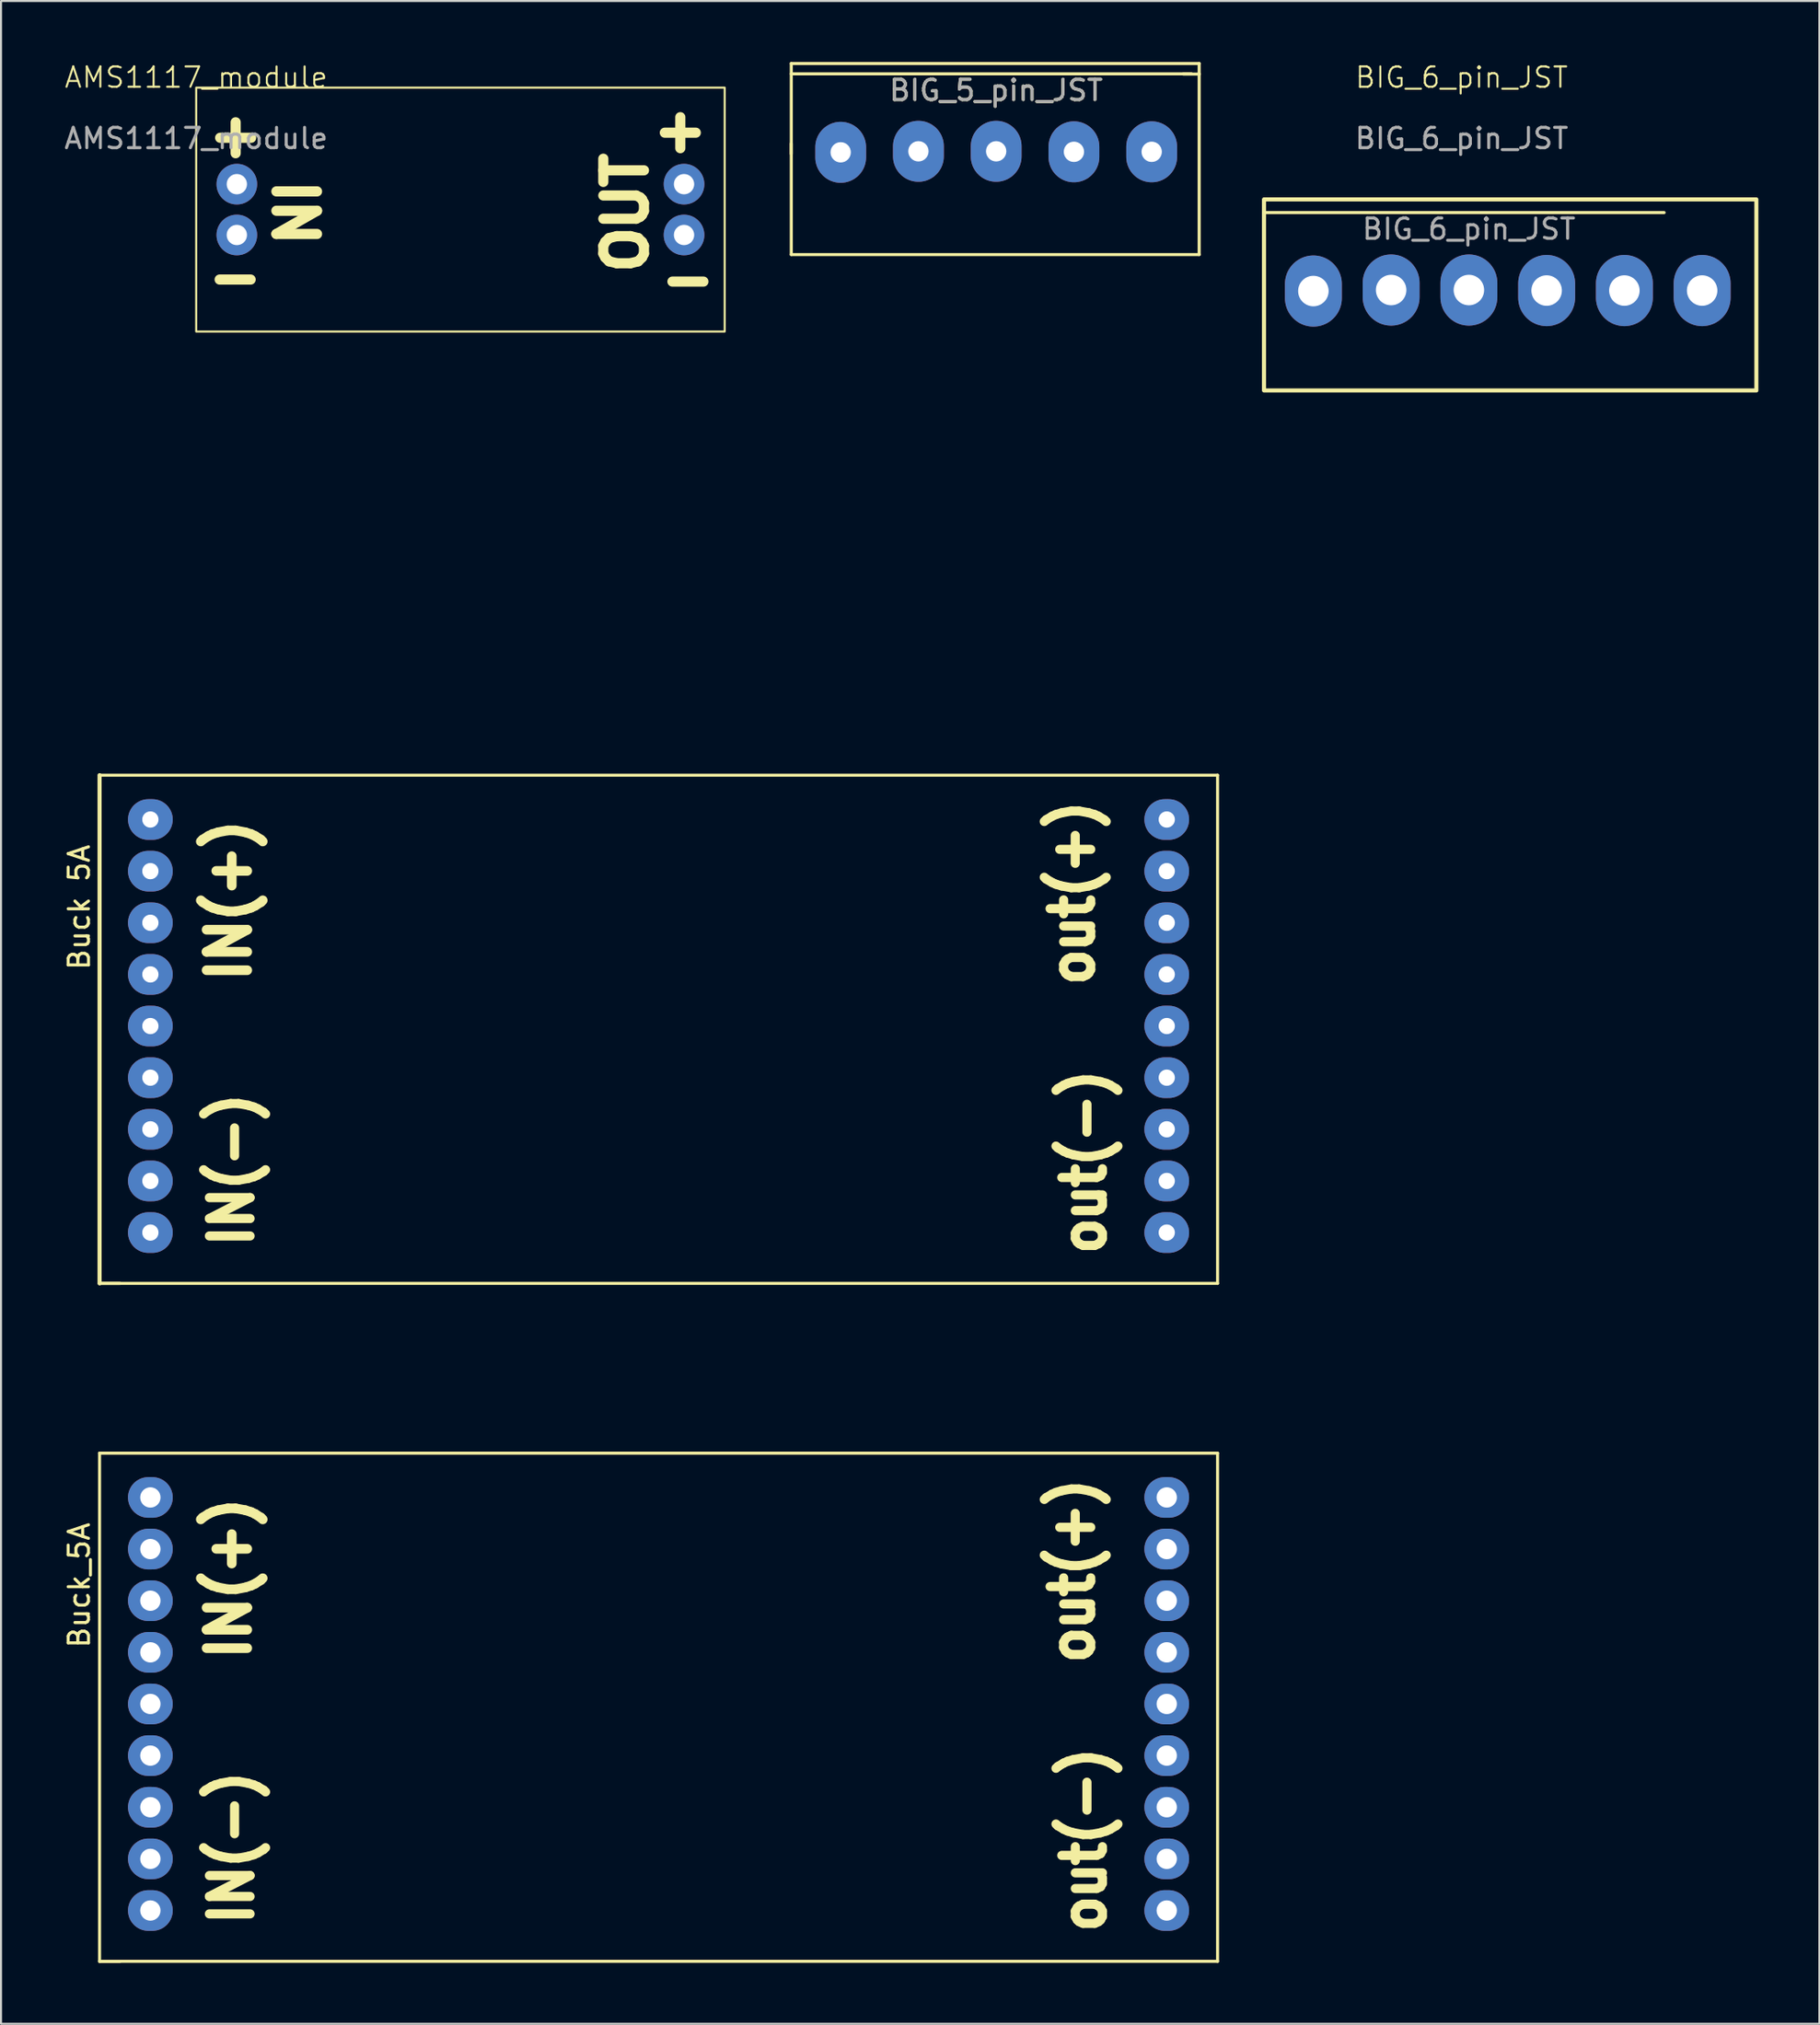
<source format=kicad_pcb>
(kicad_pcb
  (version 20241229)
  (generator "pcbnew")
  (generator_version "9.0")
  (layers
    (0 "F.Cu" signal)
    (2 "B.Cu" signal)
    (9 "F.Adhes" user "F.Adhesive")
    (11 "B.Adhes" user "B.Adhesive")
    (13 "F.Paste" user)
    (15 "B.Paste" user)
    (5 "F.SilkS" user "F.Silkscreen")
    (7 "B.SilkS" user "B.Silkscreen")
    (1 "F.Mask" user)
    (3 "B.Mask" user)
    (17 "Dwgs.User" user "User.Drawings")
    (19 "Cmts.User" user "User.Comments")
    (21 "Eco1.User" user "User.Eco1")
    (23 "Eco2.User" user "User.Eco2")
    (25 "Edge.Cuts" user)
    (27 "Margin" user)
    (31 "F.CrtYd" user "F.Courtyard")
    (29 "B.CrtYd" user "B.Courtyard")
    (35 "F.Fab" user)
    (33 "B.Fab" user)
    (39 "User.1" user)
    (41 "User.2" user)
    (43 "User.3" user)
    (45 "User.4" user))
  (footprint "Buck 5A"
    (layer "F.Cu")
    (at 29.848 19.585)
    (property "Reference" "Buck 5A" (at -29 22 90) (layer "F.SilkS") (effects (font (size 1 1) (thickness 0.15))))
    (attr through_hole)
    (fp_line (start -28 15.5) (end -28 40.5) (stroke (width 0.2) (type default)) (layer "F.SilkS"))
    (fp_line (start -28 15.5) (end 27 15.5) (stroke (width 0.15) (type solid)) (layer "F.SilkS"))
    (fp_line (start -28 40.5) (end -27 40.5) (stroke (width 0.15) (type solid)) (layer "F.SilkS"))
    (fp_line (start 27 15.5) (end 27 40.5) (stroke (width 0.15) (type solid)) (layer "F.SilkS"))
    (fp_line (start 27 40.5) (end -28 40.5) (stroke (width 0.15) (type solid)) (layer "F.SilkS"))
    (fp_text user "out(-)" (at 20.435 34.518 270) (layer "F.SilkS") (effects (font (size 2 1.8) (thickness 0.45))))
    (fp_text user "out(+)" (at 19.859 21.292 90) (layer "F.SilkS") (effects (font (size 2 1.8) (thickness 0.45))))
    (fp_text user "IN(-)" (at -21.498 34.909 90) (layer "F.SilkS") (effects (font (size 2 1.8) (thickness 0.45))))
    (fp_text user "IN(+)" (at -21.635 21.655 90) (layer "F.SilkS") (effects (font (size 2 1.9) (thickness 0.475))))
    (pad "0" thru_hole oval (at -25.5 27.84 90) (size 2 2.2) (drill 0.8) (layers "*.Cu" "*.Mask"))
    (pad "0" thru_hole oval (at 24.5 27.84 90) (size 2 2.2) (drill 0.8) (layers "*.Cu" "*.Mask"))
    (pad "1" thru_hole oval (at -25.5 17.68 90) (size 2 2.2) (drill 0.8) (layers "*.Cu" "*.Mask"))
    (pad "1" thru_hole oval (at -25.5 20.22 90) (size 2 2.2) (drill 0.8) (layers "*.Cu" "*.Mask"))
    (pad "1" thru_hole oval (at -25.5 22.76 90) (size 2 2.2) (drill 0.8) (layers "*.Cu" "*.Mask"))
    (pad "1" thru_hole oval (at -25.5 25.3 90) (size 2 2.2) (drill 0.8) (layers "*.Cu" "*.Mask"))
    (pad "2" thru_hole oval (at -25.5 30.38 90) (size 2 2.2) (drill 0.8) (layers "*.Cu" "*.Mask"))
    (pad "2" thru_hole oval (at -25.5 32.92 90) (size 2 2.2) (drill 0.8) (layers "*.Cu" "*.Mask"))
    (pad "2" thru_hole oval (at -25.5 35.46 90) (size 2 2.2) (drill 0.8) (layers "*.Cu" "*.Mask"))
    (pad "2" thru_hole oval (at -25.5 38 90) (size 2 2.2) (drill 0.8) (layers "*.Cu" "*.Mask"))
    (pad "3" thru_hole oval (at 24.5 17.68 90) (size 2 2.2) (drill 0.8) (layers "*.Cu" "*.Mask"))
    (pad "3" thru_hole oval (at 24.5 20.22 90) (size 2 2.2) (drill 0.8) (layers "*.Cu" "*.Mask"))
    (pad "3" thru_hole oval (at 24.5 22.76 90) (size 2 2.2) (drill 0.8) (layers "*.Cu" "*.Mask"))
    (pad "3" thru_hole oval (at 24.5 25.3 90) (size 2 2.2) (drill 0.8) (layers "*.Cu" "*.Mask"))
    (pad "4" thru_hole oval (at 24.5 30.38 90) (size 2 2.2) (drill 0.8) (layers "*.Cu" "*.Mask"))
    (pad "4" thru_hole oval (at 24.5 32.92 90) (size 2 2.2) (drill 0.8) (layers "*.Cu" "*.Mask"))
    (pad "4" thru_hole oval (at 24.5 35.46 90) (size 2 2.2) (drill 0.8) (layers "*.Cu" "*.Mask"))
    (pad "4" thru_hole oval (at 24.5 38 90) (size 2 2.2) (drill 0.8) (layers "*.Cu" "*.Mask")))
  (footprint "AMS1117_module"
    (layer "F.Cu")
    (at 6.601 1.26)
    (property "Reference" "AMS1117_module" (at 0 -0.5 0) (unlocked yes) (layer "F.SilkS") (effects (font (size 1 1) (thickness 0.1))))
    (attr through_hole)
    (fp_rect (start 0 0) (end 26 12) (stroke (width 0.1) (type default)) (fill no) (layer "F.SilkS"))
    (fp_text user "OUT" (at 22.3 9.35 90) (unlocked yes) (layer "F.SilkS") (effects (font (size 2 2) (thickness 0.5) (bold yes)) (justify left bottom)))
    (fp_text user "-" (at 0.35 10.475 0) (unlocked yes) (layer "F.SilkS") (effects (font (size 2 2) (thickness 0.5) (bold yes)) (justify left bottom)))
    (fp_text user "+" (at 22.25 3.25 0) (unlocked yes) (layer "F.SilkS") (effects (font (size 2 2) (thickness 0.5) (bold yes)) (justify left bottom)))
    (fp_text user "IN" (at 3.675 4.3 270) (unlocked yes) (layer "F.SilkS") (effects (font (size 2 2) (thickness 0.5) (bold yes)) (justify left bottom)))
    (fp_text user "+" (at 0.375 3.5 0) (unlocked yes) (layer "F.SilkS") (effects (font (size 2 2) (thickness 0.5) (bold yes)) (justify left bottom)))
    (fp_text user "-" (at 22.625 10.575 0) (unlocked yes) (layer "F.SilkS") (effects (font (size 2 2) (thickness 0.5) (bold yes)) (justify left bottom)))
    (fp_text user "${REFERENCE}" (at 0 2.5 0) (unlocked yes) (layer "F.Fab") (effects (font (size 1 1) (thickness 0.15))))
    (pad "1" thru_hole circle (at 2 4.75) (size 2 2) (drill 1) (layers "*.Cu" "*.Mask"))
    (pad "2" thru_hole circle (at 2 7.25) (size 2 2) (drill 1) (layers "*.Cu" "*.Mask"))
    (pad "3" thru_hole circle (at 24 4.75) (size 2 2) (drill 1) (layers "*.Cu" "*.Mask"))
    (pad "4" thru_hole circle (at 24 7.25) (size 2 2) (drill 1) (layers "*.Cu" "*.Mask")))
  (footprint "Buck_5A"
    (layer "F.Cu")
    (at 37.848 63.435)
    (property "Reference" "Buck_5A" (at -37 11.5 90) (layer "F.SilkS") (effects (font (size 1 1) (thickness 0.15))))
    (attr through_hole)
    (fp_line (start -36 5) (end 19 5) (stroke (width 0.15) (type solid)) (layer "F.SilkS"))
    (fp_line (start -36 30) (end -36 5) (stroke (width 0.15) (type solid)) (layer "F.SilkS"))
    (fp_line (start -36 30) (end -35 30) (stroke (width 0.15) (type solid)) (layer "F.SilkS"))
    (fp_line (start 19 5) (end 19 30) (stroke (width 0.15) (type solid)) (layer "F.SilkS"))
    (fp_line (start 19 30) (end -36 30) (stroke (width 0.15) (type solid)) (layer "F.SilkS"))
    (fp_text user "IN(+)" (at -29.635 11.155 90) (layer "F.SilkS") (effects (font (size 2 1.9) (thickness 0.475))))
    (fp_text user "IN(-)" (at -29.498 24.409 90) (layer "F.SilkS") (effects (font (size 2 1.8) (thickness 0.45))))
    (fp_text user "out(+)" (at 11.859 10.792 90) (layer "F.SilkS") (effects (font (size 2 1.8) (thickness 0.45))))
    (fp_text user "out(-)" (at 12.435 24.018 270) (layer "F.SilkS") (effects (font (size 2 1.8) (thickness 0.45))))
    (pad "0" thru_hole oval (at -33.5 17.34 90) (size 2 2.2) (drill 1) (layers "*.Cu" "*.Mask"))
    (pad "0" thru_hole oval (at 16.5 17.34 90) (size 2 2.2) (drill 1) (layers "*.Cu" "*.Mask"))
    (pad "1" thru_hole oval (at -33.5 7.18 90) (size 2 2.2) (drill 1) (layers "*.Cu" "*.Mask"))
    (pad "1" thru_hole oval (at -33.5 9.72 90) (size 2 2.2) (drill 1) (layers "*.Cu" "*.Mask"))
    (pad "1" thru_hole oval (at -33.5 12.26 90) (size 2 2.2) (drill 1) (layers "*.Cu" "*.Mask"))
    (pad "1" thru_hole oval (at -33.5 14.8 90) (size 2 2.2) (drill 1) (layers "*.Cu" "*.Mask"))
    (pad "2" thru_hole oval (at -33.5 19.88 90) (size 2 2.2) (drill 1) (layers "*.Cu" "*.Mask"))
    (pad "2" thru_hole oval (at -33.5 22.42 90) (size 2 2.2) (drill 1) (layers "*.Cu" "*.Mask"))
    (pad "2" thru_hole oval (at -33.5 24.96 90) (size 2 2.2) (drill 1) (layers "*.Cu" "*.Mask"))
    (pad "2" thru_hole oval (at -33.5 27.5 90) (size 2 2.2) (drill 1) (layers "*.Cu" "*.Mask"))
    (pad "3" thru_hole oval (at 16.5 7.18 90) (size 2 2.2) (drill 1) (layers "*.Cu" "*.Mask"))
    (pad "3" thru_hole oval (at 16.5 9.72 90) (size 2 2.2) (drill 1) (layers "*.Cu" "*.Mask"))
    (pad "3" thru_hole oval (at 16.5 12.26 90) (size 2 2.2) (drill 1) (layers "*.Cu" "*.Mask"))
    (pad "3" thru_hole oval (at 16.5 14.8 90) (size 2 2.2) (drill 1) (layers "*.Cu" "*.Mask"))
    (pad "4" thru_hole oval (at 16.5 19.88 90) (size 2 2.2) (drill 1) (layers "*.Cu" "*.Mask"))
    (pad "4" thru_hole oval (at 16.5 22.42 90) (size 2 2.2) (drill 1) (layers "*.Cu" "*.Mask"))
    (pad "4" thru_hole oval (at 16.5 24.96 90) (size 2 2.2) (drill 1) (layers "*.Cu" "*.Mask"))
    (pad "4" thru_hole oval (at 16.5 27.5 90) (size 2 2.2) (drill 1) (layers "*.Cu" "*.Mask")))
  (footprint "BIG_5_pin_JST"
    (layer "F.Cu")
    (at 40.957 4.393)
    (property "Reference" "BIG_5_pin_JST" (at 5 -3 0) (layer "F.SilkS") (effects (font (size 1 1) (thickness 0.15))))
    (attr through_hole)
    (fp_line (start -5.08 -4.318) (end 14.986 -4.318) (stroke (width 0.15) (type solid)) (layer "F.SilkS"))
    (fp_line (start -5.08 -3.81) (end 14.605 -3.81) (stroke (width 0.15) (type solid)) (layer "F.SilkS"))
    (fp_line (start -5.08 0.127) (end -5.08 -4.318) (stroke (width 0.15) (type solid)) (layer "F.SilkS"))
    (fp_line (start -5.08 5.08) (end -5.08 -0.381) (stroke (width 0.15) (type solid)) (layer "F.SilkS"))
    (fp_line (start 14.986 -4.318) (end 14.986 5.08) (stroke (width 0.15) (type solid)) (layer "F.SilkS"))
    (fp_line (start 14.986 5.08) (end -5.08 5.08) (stroke (width 0.15) (type solid)) (layer "F.SilkS"))
    (fp_line (start 15 -3.8) (end 14.2 -3.8) (stroke (width 0.15) (type solid)) (layer "F.SilkS"))
    (fp_line (start -4.991 0.089) (end -4.978 0.089) (stroke (width 0.15) (type solid)) (layer "B.Adhes"))
    (fp_line (start 1.143 5.042) (end 1.143 5.029) (stroke (width 0.15) (type solid)) (layer "B.Adhes"))
    (fp_text user "${REFERENCE}" (at 5 -3 0) (layer "F.Fab") (effects (font (size 1 1) (thickness 0.15))))
    (pad "1" thru_hole oval (at -2.65 0.05) (size 2.5 3) (drill 1) (layers "*.Cu" "*.Mask"))
    (pad "2" thru_hole oval (at 1.175 0) (size 2.5 3) (drill 1) (layers "*.Cu" "*.Mask"))
    (pad "3" thru_hole oval (at 5 0) (size 2.5 3) (drill 1) (layers "*.Cu" "*.Mask"))
    (pad "4" thru_hole oval (at 8.825 0.025) (size 2.5 3) (drill 1) (layers "*.Cu" "*.Mask"))
    (pad "5" thru_hole oval (at 12.65 0.025) (size 2.5 3) (drill 1) (layers "*.Cu" "*.Mask")))
  (footprint "BIG_6_pin_JST"
    (layer "F.Cu")
    (at 68.855 1.26)
    (property "Reference" "BIG_6_pin_JST" (at 0 -0.5 0) (unlocked yes) (layer "F.SilkS") (effects (font (size 1 1) (thickness 0.1))))
    (attr through_hole)
    (fp_line (start -9.723 6.148) (end 9.962 6.148) (stroke (width 0.15) (type solid)) (layer "F.SilkS"))
    (fp_rect (start -9.723 5.5) (end 14.5 14.898) (stroke (width 0.2) (type default)) (fill no) (layer "F.SilkS"))
    (fp_line (start -9.634 10.047) (end -9.621 10.047) (stroke (width 0.15) (type solid)) (layer "B.Adhes"))
    (fp_line (start -3.5 15) (end -3.5 14.987) (stroke (width 0.15) (type solid)) (layer "B.Adhes"))
    (fp_text user "${REFERENCE}" (at 0 2.5 0) (unlocked yes) (layer "F.Fab") (effects (font (size 1 1) (thickness 0.15))))
    (fp_text user "${REFERENCE}" (at 0.357 6.958 0) (layer "F.Fab") (effects (font (size 1 1) (thickness 0.15))))
    (pad "1" thru_hole oval (at -7.293 10.008) (size 2.8 3.5) (drill 1.5) (layers "*.Cu" "*.Mask"))
    (pad "2" thru_hole oval (at -3.468 9.958) (size 2.8 3.5) (drill 1.5) (layers "*.Cu" "*.Mask"))
    (pad "3" thru_hole oval (at 0.357 9.958) (size 2.8 3.5) (drill 1.5) (layers "*.Cu" "*.Mask"))
    (pad "4" thru_hole oval (at 4.182 9.983) (size 2.8 3.5) (drill 1.5) (layers "*.Cu" "*.Mask"))
    (pad "5" thru_hole oval (at 8.007 9.983) (size 2.8 3.5) (drill 1.5) (layers "*.Cu" "*.Mask"))
    (pad "6" thru_hole oval (at 11.832 9.983) (size 2.8 3.5) (drill 1.5) (layers "*.Cu" "*.Mask")))
  (gr_rect
    (start -3 -3)
    (end 86.455 96.51)
    (stroke (width 0.1) (type default))
    (fill no)
    (layer "Edge.Cuts")))
</source>
